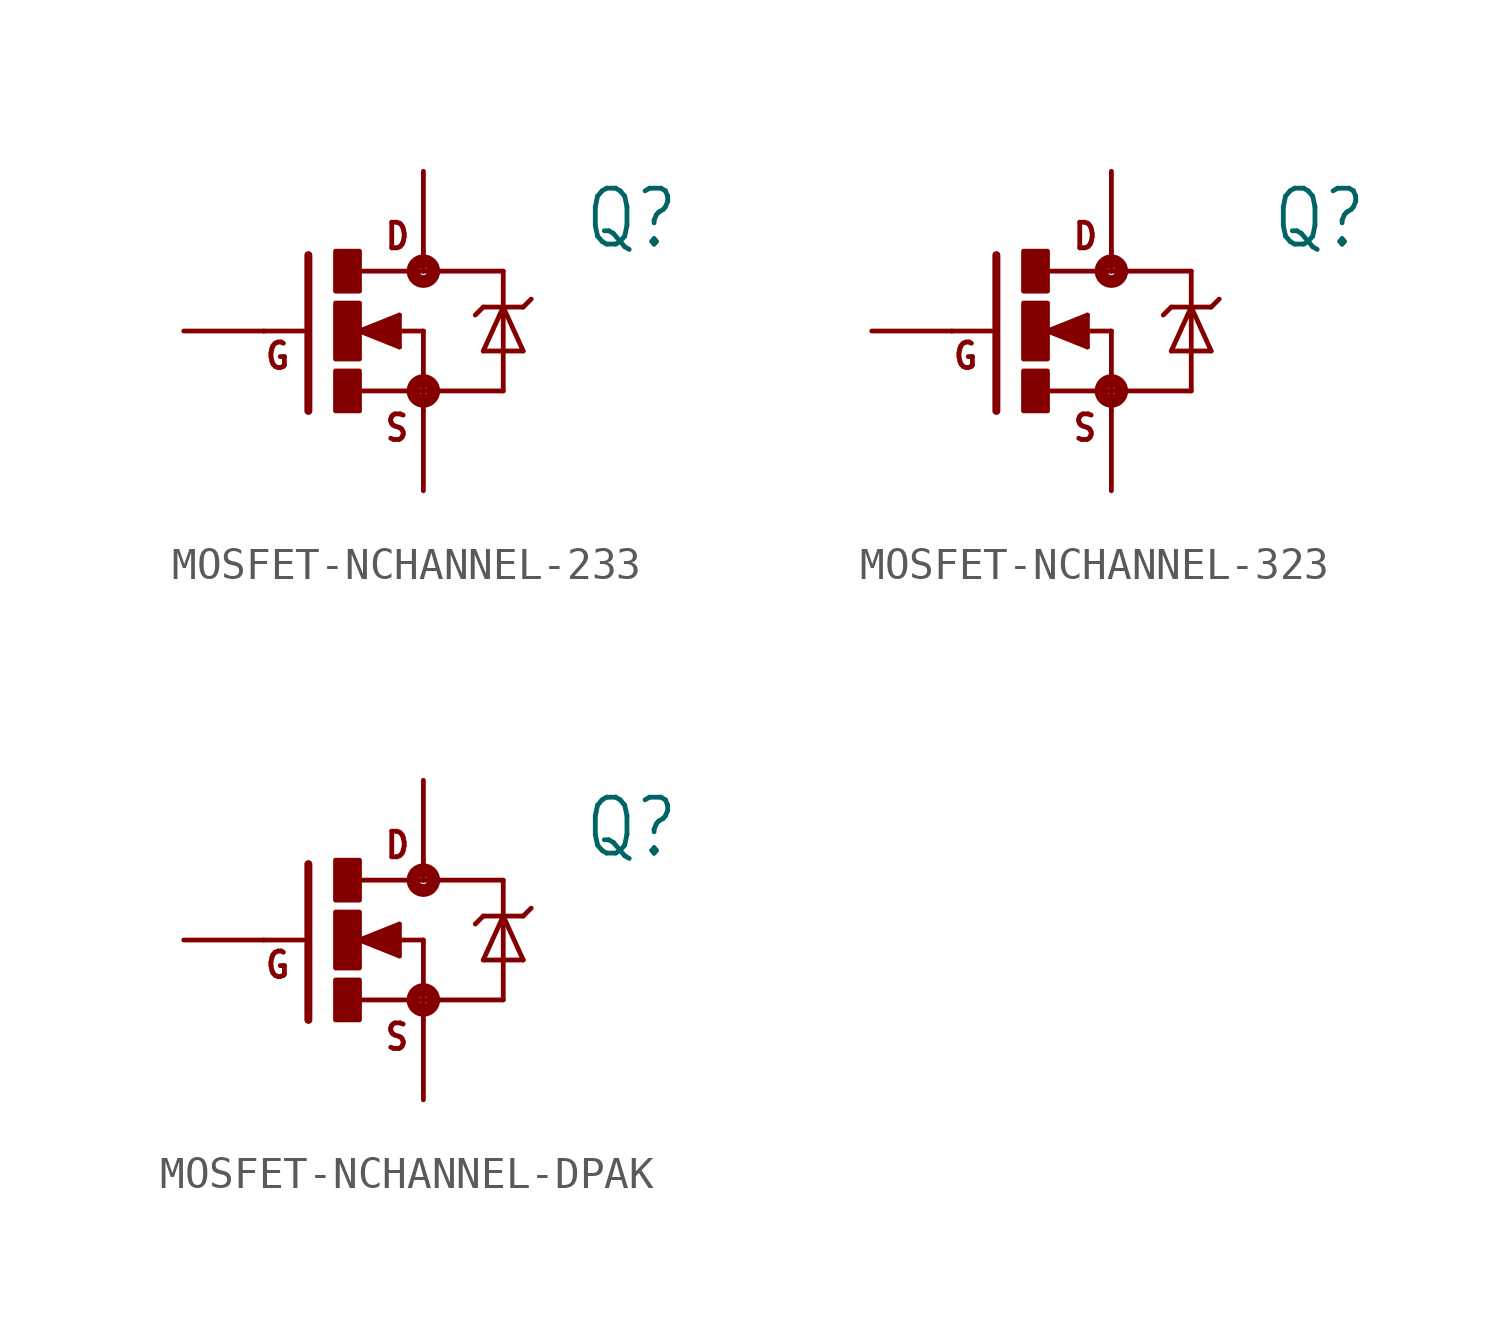
<source format=kicad_sym>
(kicad_symbol_lib
  (version 20220914)
  (generator kicad_symbol_editor)
  (symbol "MOSFET-NCHANNEL-233"
    (property "Reference" "Q"
      (at 5.08 2.54 0)
      (effects (font (size 1.778 1.511)) (justify left bottom)))
    (property "Value" ""
      (at 5.08 0 0)
      (effects (font (size 1.778 1.511)) (justify left bottom)))
    (property "ki_locked" ""
      (at 0 0 0)
      (effects (font (size 1.27 1.27))))
    (symbol "MOSFET-NCHANNEL-233_1_0"
      (rectangle (start -2.794 -2.54) (end -2.032 -1.27) (stroke (width 0) (type default)) (fill (type outline)))
      (rectangle (start -2.794 -0.889) (end -2.032 0.889) (stroke (width 0) (type default)) (fill (type outline)))
      (rectangle (start -2.794 1.27) (end -2.032 2.54) (stroke (width 0) (type default)) (fill (type outline)))
      (circle (center 0 -1.905) (radius 0.127) (stroke (width 0.406) (type solid)) (fill (type none)))
      (polyline (pts (xy -3.81 0) (xy -5.08 0)) (stroke (width 0.152) (type solid)) (fill (type none)))
      (polyline (pts (xy -3.658 2.413) (xy -3.658 -2.54)) (stroke (width 0.254) (type solid)) (fill (type none)))
      (polyline (pts (xy -2.032 -1.905) (xy 0 -1.905)) (stroke (width 0.152) (type solid)) (fill (type none)))
      (polyline (pts (xy -2.032 0) (xy -0.762 -0.508)) (stroke (width 0.152) (type solid)) (fill (type none)))
      (polyline (pts (xy -1.778 0) (xy -0.889 -0.254)) (stroke (width 0.305) (type solid)) (fill (type none)))
      (polyline (pts (xy -0.889 -0.254) (xy -0.889 0)) (stroke (width 0.305) (type solid)) (fill (type none)))
      (polyline (pts (xy -0.889 0) (xy -1.143 0)) (stroke (width 0.305) (type solid)) (fill (type none)))
      (polyline (pts (xy -0.889 0) (xy 0 0)) (stroke (width 0.152) (type solid)) (fill (type none)))
      (polyline (pts (xy -0.889 0.254) (xy -1.778 0)) (stroke (width 0.305) (type solid)) (fill (type none)))
      (polyline (pts (xy -0.762 -0.508) (xy -0.762 0.508)) (stroke (width 0.152) (type solid)) (fill (type none)))
      (polyline (pts (xy -0.762 0.508) (xy -2.032 0)) (stroke (width 0.152) (type solid)) (fill (type none)))
      (polyline (pts (xy 0 -1.905) (xy 0 -2.54)) (stroke (width 0.152) (type solid)) (fill (type none)))
      (polyline (pts (xy 0 0) (xy 0 -1.905)) (stroke (width 0.152) (type solid)) (fill (type none)))
      (polyline (pts (xy 0 1.905) (xy -2.007 1.905)) (stroke (width 0.152) (type solid)) (fill (type none)))
      (polyline (pts (xy 0 1.905) (xy 2.54 1.905)) (stroke (width 0.152) (type solid)) (fill (type none)))
      (polyline (pts (xy 0 2.54) (xy 0 1.905)) (stroke (width 0.152) (type solid)) (fill (type none)))
      (polyline (pts (xy 1.905 -0.635) (xy 3.175 -0.635)) (stroke (width 0.152) (type solid)) (fill (type none)))
      (polyline (pts (xy 1.905 0.762) (xy 1.651 0.508)) (stroke (width 0.152) (type solid)) (fill (type none)))
      (polyline (pts (xy 1.905 0.762) (xy 2.54 0.762)) (stroke (width 0.152) (type solid)) (fill (type none)))
      (polyline (pts (xy 2.54 -1.905) (xy 0 -1.905)) (stroke (width 0.152) (type solid)) (fill (type none)))
      (polyline (pts (xy 2.54 0.762) (xy 1.905 -0.635)) (stroke (width 0.152) (type solid)) (fill (type none)))
      (polyline (pts (xy 2.54 0.762) (xy 2.54 -1.905)) (stroke (width 0.152) (type solid)) (fill (type none)))
      (polyline (pts (xy 2.54 0.762) (xy 3.175 0.762)) (stroke (width 0.152) (type solid)) (fill (type none)))
      (polyline (pts (xy 2.54 1.905) (xy 2.54 0.762)) (stroke (width 0.152) (type solid)) (fill (type none)))
      (polyline (pts (xy 3.175 -0.635) (xy 2.54 0.762)) (stroke (width 0.152) (type solid)) (fill (type none)))
      (polyline (pts (xy 3.175 0.762) (xy 3.429 1.016)) (stroke (width 0.152) (type solid)) (fill (type none)))
      (circle (center 0 1.905) (radius 0.127) (stroke (width 0.406) (type solid)) (fill (type none)))
      (text "D" (at -1.27 2.54 0) (effects (font (size 0.813 0.691)) (justify left bottom)))
      (text "G" (at -5.08 -1.27 0) (effects (font (size 0.813 0.691)) (justify left bottom)))
      (text "S" (at -1.27 -3.556 0) (effects (font (size 0.813 0.691)) (justify left bottom)))
      (pin passive line (at -7.62 0 0) (length 2.54) (name "G" (effects (font (size 0 0)))) (number "1" (effects (font (size 0 0)))))
      (pin passive line (at 0 -5.08 90) (length 2.54) (name "S" (effects (font (size 0 0)))) (number "2" (effects (font (size 0 0)))))
      (pin passive line (at 0 5.08 270) (length 2.54) (name "D" (effects (font (size 0 0)))) (number "3" (effects (font (size 0 0)))))))
  (symbol "MOSFET-NCHANNEL-323"
    (property "Reference" "Q"
      (at 5.08 2.54 0)
      (effects (font (size 1.778 1.511)) (justify left bottom)))
    (property "Value" ""
      (at 5.08 0 0)
      (effects (font (size 1.778 1.511)) (justify left bottom)))
    (property "ki_locked" ""
      (at 0 0 0)
      (effects (font (size 1.27 1.27))))
    (symbol "MOSFET-NCHANNEL-323_1_0"
      (rectangle (start -2.794 -2.54) (end -2.032 -1.27) (stroke (width 0) (type default)) (fill (type outline)))
      (rectangle (start -2.794 -0.889) (end -2.032 0.889) (stroke (width 0) (type default)) (fill (type outline)))
      (rectangle (start -2.794 1.27) (end -2.032 2.54) (stroke (width 0) (type default)) (fill (type outline)))
      (circle (center 0 -1.905) (radius 0.127) (stroke (width 0.406) (type solid)) (fill (type none)))
      (polyline (pts (xy -3.81 0) (xy -5.08 0)) (stroke (width 0.152) (type solid)) (fill (type none)))
      (polyline (pts (xy -3.658 2.413) (xy -3.658 -2.54)) (stroke (width 0.254) (type solid)) (fill (type none)))
      (polyline (pts (xy -2.032 -1.905) (xy 0 -1.905)) (stroke (width 0.152) (type solid)) (fill (type none)))
      (polyline (pts (xy -2.032 0) (xy -0.762 -0.508)) (stroke (width 0.152) (type solid)) (fill (type none)))
      (polyline (pts (xy -1.778 0) (xy -0.889 -0.254)) (stroke (width 0.305) (type solid)) (fill (type none)))
      (polyline (pts (xy -0.889 -0.254) (xy -0.889 0)) (stroke (width 0.305) (type solid)) (fill (type none)))
      (polyline (pts (xy -0.889 0) (xy -1.143 0)) (stroke (width 0.305) (type solid)) (fill (type none)))
      (polyline (pts (xy -0.889 0) (xy 0 0)) (stroke (width 0.152) (type solid)) (fill (type none)))
      (polyline (pts (xy -0.889 0.254) (xy -1.778 0)) (stroke (width 0.305) (type solid)) (fill (type none)))
      (polyline (pts (xy -0.762 -0.508) (xy -0.762 0.508)) (stroke (width 0.152) (type solid)) (fill (type none)))
      (polyline (pts (xy -0.762 0.508) (xy -2.032 0)) (stroke (width 0.152) (type solid)) (fill (type none)))
      (polyline (pts (xy 0 -1.905) (xy 0 -2.54)) (stroke (width 0.152) (type solid)) (fill (type none)))
      (polyline (pts (xy 0 0) (xy 0 -1.905)) (stroke (width 0.152) (type solid)) (fill (type none)))
      (polyline (pts (xy 0 1.905) (xy -2.007 1.905)) (stroke (width 0.152) (type solid)) (fill (type none)))
      (polyline (pts (xy 0 1.905) (xy 2.54 1.905)) (stroke (width 0.152) (type solid)) (fill (type none)))
      (polyline (pts (xy 0 2.54) (xy 0 1.905)) (stroke (width 0.152) (type solid)) (fill (type none)))
      (polyline (pts (xy 1.905 -0.635) (xy 3.175 -0.635)) (stroke (width 0.152) (type solid)) (fill (type none)))
      (polyline (pts (xy 1.905 0.762) (xy 1.651 0.508)) (stroke (width 0.152) (type solid)) (fill (type none)))
      (polyline (pts (xy 1.905 0.762) (xy 2.54 0.762)) (stroke (width 0.152) (type solid)) (fill (type none)))
      (polyline (pts (xy 2.54 -1.905) (xy 0 -1.905)) (stroke (width 0.152) (type solid)) (fill (type none)))
      (polyline (pts (xy 2.54 0.762) (xy 1.905 -0.635)) (stroke (width 0.152) (type solid)) (fill (type none)))
      (polyline (pts (xy 2.54 0.762) (xy 2.54 -1.905)) (stroke (width 0.152) (type solid)) (fill (type none)))
      (polyline (pts (xy 2.54 0.762) (xy 3.175 0.762)) (stroke (width 0.152) (type solid)) (fill (type none)))
      (polyline (pts (xy 2.54 1.905) (xy 2.54 0.762)) (stroke (width 0.152) (type solid)) (fill (type none)))
      (polyline (pts (xy 3.175 -0.635) (xy 2.54 0.762)) (stroke (width 0.152) (type solid)) (fill (type none)))
      (polyline (pts (xy 3.175 0.762) (xy 3.429 1.016)) (stroke (width 0.152) (type solid)) (fill (type none)))
      (circle (center 0 1.905) (radius 0.127) (stroke (width 0.406) (type solid)) (fill (type none)))
      (text "D" (at -1.27 2.54 0) (effects (font (size 0.813 0.691)) (justify left bottom)))
      (text "G" (at -5.08 -1.27 0) (effects (font (size 0.813 0.691)) (justify left bottom)))
      (text "S" (at -1.27 -3.556 0) (effects (font (size 0.813 0.691)) (justify left bottom)))
      (pin passive line (at -7.62 0 0) (length 2.54) (name "G" (effects (font (size 0 0)))) (number "1" (effects (font (size 0 0)))))
      (pin passive line (at 0 -5.08 90) (length 2.54) (name "S" (effects (font (size 0 0)))) (number "2" (effects (font (size 0 0)))))
      (pin passive line (at 0 5.08 270) (length 2.54) (name "D" (effects (font (size 0 0)))) (number "3" (effects (font (size 0 0)))))))
  (symbol "MOSFET-NCHANNEL-DPAK"
    (property "Reference" "Q"
      (at 5.08 2.54 0)
      (effects (font (size 1.778 1.511)) (justify left bottom)))
    (property "Value" ""
      (at 5.08 0 0)
      (effects (font (size 1.778 1.511)) (justify left bottom)))
    (property "ki_locked" ""
      (at 0 0 0)
      (effects (font (size 1.27 1.27))))
    (symbol "MOSFET-NCHANNEL-DPAK_1_0"
      (rectangle (start -2.794 -2.54) (end -2.032 -1.27) (stroke (width 0) (type default)) (fill (type outline)))
      (rectangle (start -2.794 -0.889) (end -2.032 0.889) (stroke (width 0) (type default)) (fill (type outline)))
      (rectangle (start -2.794 1.27) (end -2.032 2.54) (stroke (width 0) (type default)) (fill (type outline)))
      (circle (center 0 -1.905) (radius 0.127) (stroke (width 0.406) (type solid)) (fill (type none)))
      (polyline (pts (xy -3.81 0) (xy -5.08 0)) (stroke (width 0.152) (type solid)) (fill (type none)))
      (polyline (pts (xy -3.658 2.413) (xy -3.658 -2.54)) (stroke (width 0.254) (type solid)) (fill (type none)))
      (polyline (pts (xy -2.032 -1.905) (xy 0 -1.905)) (stroke (width 0.152) (type solid)) (fill (type none)))
      (polyline (pts (xy -2.032 0) (xy -0.762 -0.508)) (stroke (width 0.152) (type solid)) (fill (type none)))
      (polyline (pts (xy -1.778 0) (xy -0.889 -0.254)) (stroke (width 0.305) (type solid)) (fill (type none)))
      (polyline (pts (xy -0.889 -0.254) (xy -0.889 0)) (stroke (width 0.305) (type solid)) (fill (type none)))
      (polyline (pts (xy -0.889 0) (xy -1.143 0)) (stroke (width 0.305) (type solid)) (fill (type none)))
      (polyline (pts (xy -0.889 0) (xy 0 0)) (stroke (width 0.152) (type solid)) (fill (type none)))
      (polyline (pts (xy -0.889 0.254) (xy -1.778 0)) (stroke (width 0.305) (type solid)) (fill (type none)))
      (polyline (pts (xy -0.762 -0.508) (xy -0.762 0.508)) (stroke (width 0.152) (type solid)) (fill (type none)))
      (polyline (pts (xy -0.762 0.508) (xy -2.032 0)) (stroke (width 0.152) (type solid)) (fill (type none)))
      (polyline (pts (xy 0 -1.905) (xy 0 -2.54)) (stroke (width 0.152) (type solid)) (fill (type none)))
      (polyline (pts (xy 0 0) (xy 0 -1.905)) (stroke (width 0.152) (type solid)) (fill (type none)))
      (polyline (pts (xy 0 1.905) (xy -2.007 1.905)) (stroke (width 0.152) (type solid)) (fill (type none)))
      (polyline (pts (xy 0 1.905) (xy 2.54 1.905)) (stroke (width 0.152) (type solid)) (fill (type none)))
      (polyline (pts (xy 0 2.54) (xy 0 1.905)) (stroke (width 0.152) (type solid)) (fill (type none)))
      (polyline (pts (xy 1.905 -0.635) (xy 3.175 -0.635)) (stroke (width 0.152) (type solid)) (fill (type none)))
      (polyline (pts (xy 1.905 0.762) (xy 1.651 0.508)) (stroke (width 0.152) (type solid)) (fill (type none)))
      (polyline (pts (xy 1.905 0.762) (xy 2.54 0.762)) (stroke (width 0.152) (type solid)) (fill (type none)))
      (polyline (pts (xy 2.54 -1.905) (xy 0 -1.905)) (stroke (width 0.152) (type solid)) (fill (type none)))
      (polyline (pts (xy 2.54 0.762) (xy 1.905 -0.635)) (stroke (width 0.152) (type solid)) (fill (type none)))
      (polyline (pts (xy 2.54 0.762) (xy 2.54 -1.905)) (stroke (width 0.152) (type solid)) (fill (type none)))
      (polyline (pts (xy 2.54 0.762) (xy 3.175 0.762)) (stroke (width 0.152) (type solid)) (fill (type none)))
      (polyline (pts (xy 2.54 1.905) (xy 2.54 0.762)) (stroke (width 0.152) (type solid)) (fill (type none)))
      (polyline (pts (xy 3.175 -0.635) (xy 2.54 0.762)) (stroke (width 0.152) (type solid)) (fill (type none)))
      (polyline (pts (xy 3.175 0.762) (xy 3.429 1.016)) (stroke (width 0.152) (type solid)) (fill (type none)))
      (circle (center 0 1.905) (radius 0.127) (stroke (width 0.406) (type solid)) (fill (type none)))
      (text "D" (at -1.27 2.54 0) (effects (font (size 0.813 0.691)) (justify left bottom)))
      (text "G" (at -5.08 -1.27 0) (effects (font (size 0.813 0.691)) (justify left bottom)))
      (text "S" (at -1.27 -3.556 0) (effects (font (size 0.813 0.691)) (justify left bottom)))
      (pin passive line (at -7.62 0 0) (length 2.54) (name "G" (effects (font (size 0 0)))) (number "1" (effects (font (size 0 0)))))
      (pin passive line (at 0 5.08 270) (length 2.54) (name "D" (effects (font (size 0 0)))) (number "2" (effects (font (size 0 0)))))
      (pin passive line (at 0 -5.08 90) (length 2.54) (name "S" (effects (font (size 0 0)))) (number "3" (effects (font (size 0 0))))))))
</source>
